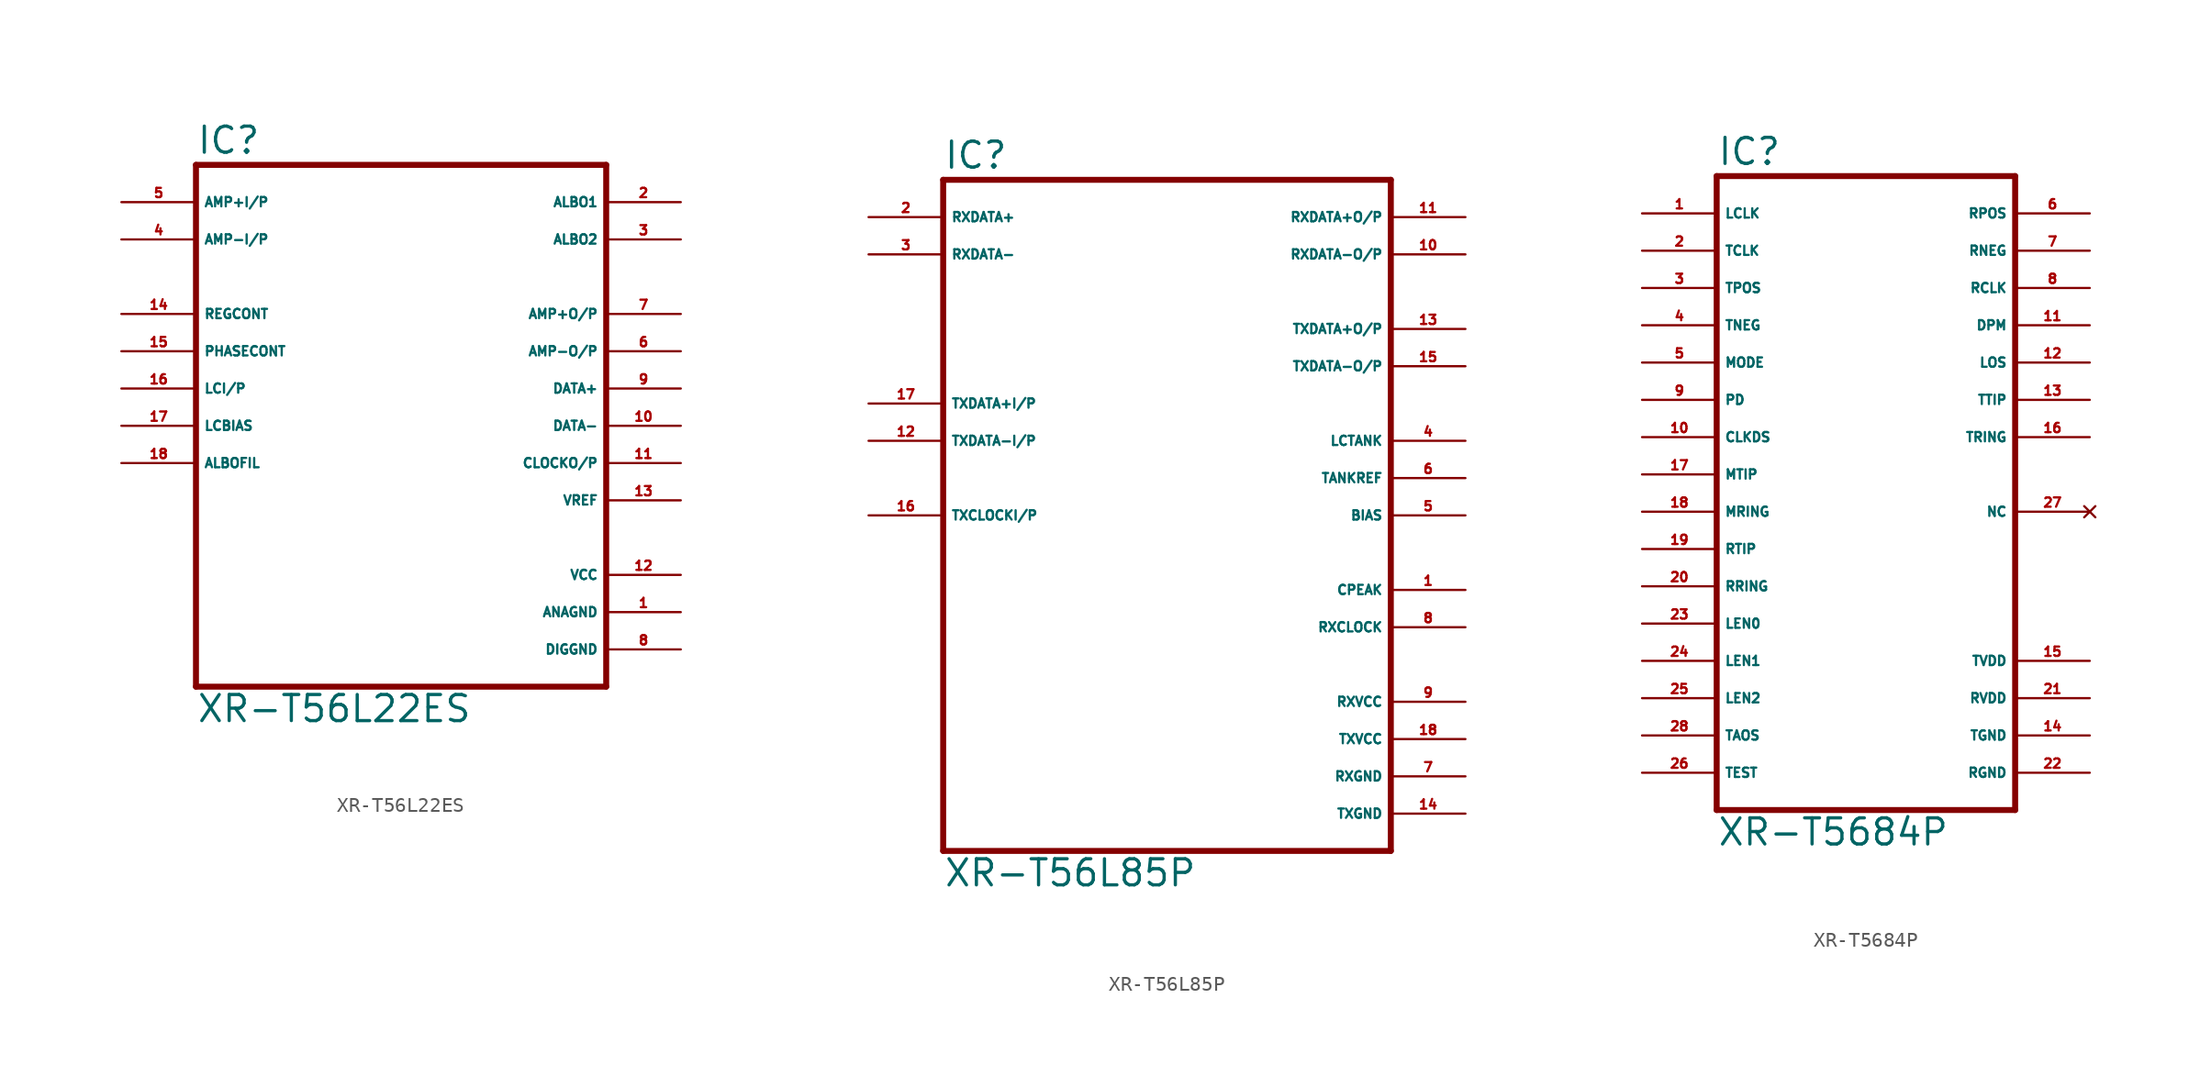
<source format=kicad_sym>
(kicad_symbol_lib
  (version 20220914)
  (generator Eagle2Kicad)
  (symbol "XR-T56L22ES"
    (property "Reference" "IC"
      (at -15.24 18.415 0)
      (effects (font (size 1.778 1.778) (thickness 0.22)) (justify left bottom)))
    (property "Value" "XR-T56L22ES"
      (at -15.24 -20.32 0)
      (effects (font (size 1.778 1.778) (thickness 0.22)) (justify left bottom)))
    (polyline
      (pts (xy -15.24 17.78) (xy 12.7 17.78))
      (stroke (width 0.406) (type default))
      (fill (type none)))
    (polyline
      (pts (xy 12.7 17.78) (xy 12.7 -17.78))
      (stroke (width 0.406) (type default))
      (fill (type none)))
    (polyline
      (pts (xy 12.7 -17.78) (xy -15.24 -17.78))
      (stroke (width 0.406) (type default))
      (fill (type none)))
    (polyline
      (pts (xy -15.24 -17.78) (xy -15.24 17.78))
      (stroke (width 0.406) (type default))
      (fill (type none)))
    (pin input line
      (at -20.32 15.24 0)
      (length 5.08)
      (name "AMP+I/P" (effects (font (size 0.635 0.635) (thickness 0.08)) (justify left bottom)))
      (number "5" (effects (font (size 0.635 0.635) (thickness 0.08)) (justify left bottom))))
    (pin input line
      (at -20.32 12.7 0)
      (length 5.08)
      (name "AMP-I/P" (effects (font (size 0.635 0.635) (thickness 0.08)) (justify left bottom)))
      (number "4" (effects (font (size 0.635 0.635) (thickness 0.08)) (justify left bottom))))
    (pin input line
      (at -20.32 7.62 0)
      (length 5.08)
      (name "REGCONT" (effects (font (size 0.635 0.635) (thickness 0.08)) (justify left bottom)))
      (number "14" (effects (font (size 0.635 0.635) (thickness 0.08)) (justify left bottom))))
    (pin input line
      (at -20.32 5.08 0)
      (length 5.08)
      (name "PHASECONT" (effects (font (size 0.635 0.635) (thickness 0.08)) (justify left bottom)))
      (number "15" (effects (font (size 0.635 0.635) (thickness 0.08)) (justify left bottom))))
    (pin input line
      (at -20.32 0 0)
      (length 5.08)
      (name "LCBIAS" (effects (font (size 0.635 0.635) (thickness 0.08)) (justify left bottom)))
      (number "17" (effects (font (size 0.635 0.635) (thickness 0.08)) (justify left bottom))))
    (pin input line
      (at -20.32 -2.54 0)
      (length 5.08)
      (name "ALBOFIL" (effects (font (size 0.635 0.635) (thickness 0.08)) (justify left bottom)))
      (number "18" (effects (font (size 0.635 0.635) (thickness 0.08)) (justify left bottom))))
    (pin input line
      (at -20.32 2.54 0)
      (length 5.08)
      (name "LCI/P" (effects (font (size 0.635 0.635) (thickness 0.08)) (justify left bottom)))
      (number "16" (effects (font (size 0.635 0.635) (thickness 0.08)) (justify left bottom))))
    (pin output line
      (at 17.78 15.24 180)
      (length 5.08)
      (name "ALBO1" (effects (font (size 0.635 0.635) (thickness 0.08)) (justify left bottom)))
      (number "2" (effects (font (size 0.635 0.635) (thickness 0.08)) (justify left bottom))))
    (pin output line
      (at 17.78 12.7 180)
      (length 5.08)
      (name "ALBO2" (effects (font (size 0.635 0.635) (thickness 0.08)) (justify left bottom)))
      (number "3" (effects (font (size 0.635 0.635) (thickness 0.08)) (justify left bottom))))
    (pin output line
      (at 17.78 7.62 180)
      (length 5.08)
      (name "AMP+O/P" (effects (font (size 0.635 0.635) (thickness 0.08)) (justify left bottom)))
      (number "7" (effects (font (size 0.635 0.635) (thickness 0.08)) (justify left bottom))))
    (pin output line
      (at 17.78 5.08 180)
      (length 5.08)
      (name "AMP-O/P" (effects (font (size 0.635 0.635) (thickness 0.08)) (justify left bottom)))
      (number "6" (effects (font (size 0.635 0.635) (thickness 0.08)) (justify left bottom))))
    (pin output line
      (at 17.78 2.54 180)
      (length 5.08)
      (name "DATA+" (effects (font (size 0.635 0.635) (thickness 0.08)) (justify left bottom)))
      (number "9" (effects (font (size 0.635 0.635) (thickness 0.08)) (justify left bottom))))
    (pin output line
      (at 17.78 0 180)
      (length 5.08)
      (name "DATA-" (effects (font (size 0.635 0.635) (thickness 0.08)) (justify left bottom)))
      (number "10" (effects (font (size 0.635 0.635) (thickness 0.08)) (justify left bottom))))
    (pin output line
      (at 17.78 -2.54 180)
      (length 5.08)
      (name "CLOCKO/P" (effects (font (size 0.635 0.635) (thickness 0.08)) (justify left bottom)))
      (number "11" (effects (font (size 0.635 0.635) (thickness 0.08)) (justify left bottom))))
    (pin output line
      (at 17.78 -5.08 180)
      (length 5.08)
      (name "VREF" (effects (font (size 0.635 0.635) (thickness 0.08)) (justify left bottom)))
      (number "13" (effects (font (size 0.635 0.635) (thickness 0.08)) (justify left bottom))))
    (pin unspecified line
      (at 17.78 -10.16 180)
      (length 5.08)
      (name "VCC" (effects (font (size 0.635 0.635) (thickness 0.08)) (justify left bottom)))
      (number "12" (effects (font (size 0.635 0.635) (thickness 0.08)) (justify left bottom))))
    (pin unspecified line
      (at 17.78 -12.7 180)
      (length 5.08)
      (name "ANAGND" (effects (font (size 0.635 0.635) (thickness 0.08)) (justify left bottom)))
      (number "1" (effects (font (size 0.635 0.635) (thickness 0.08)) (justify left bottom))))
    (pin unspecified line
      (at 17.78 -15.24 180)
      (length 5.08)
      (name "DIGGND" (effects (font (size 0.635 0.635) (thickness 0.08)) (justify left bottom)))
      (number "8" (effects (font (size 0.635 0.635) (thickness 0.08)) (justify left bottom)))))
  (symbol "XR-T56L85P"
    (property "Reference" "IC"
      (at -15.24 23.495 0)
      (effects (font (size 1.778 1.778) (thickness 0.22)) (justify left bottom)))
    (property "Value" "XR-T56L85P"
      (at -15.24 -25.4 0)
      (effects (font (size 1.778 1.778) (thickness 0.22)) (justify left bottom)))
    (polyline
      (pts (xy 15.24 -22.86) (xy -15.24 -22.86))
      (stroke (width 0.406) (type default))
      (fill (type none)))
    (polyline
      (pts (xy -15.24 -22.86) (xy -15.24 22.86))
      (stroke (width 0.406) (type default))
      (fill (type none)))
    (polyline
      (pts (xy -15.24 22.86) (xy 15.24 22.86))
      (stroke (width 0.406) (type default))
      (fill (type none)))
    (polyline
      (pts (xy 15.24 22.86) (xy 15.24 -22.86))
      (stroke (width 0.406) (type default))
      (fill (type none)))
    (pin input line
      (at -20.32 20.32 0)
      (length 5.08)
      (name "RXDATA+" (effects (font (size 0.635 0.635) (thickness 0.08)) (justify left bottom)))
      (number "2" (effects (font (size 0.635 0.635) (thickness 0.08)) (justify left bottom))))
    (pin input line
      (at -20.32 17.78 0)
      (length 5.08)
      (name "RXDATA-" (effects (font (size 0.635 0.635) (thickness 0.08)) (justify left bottom)))
      (number "3" (effects (font (size 0.635 0.635) (thickness 0.08)) (justify left bottom))))
    (pin input line
      (at -20.32 7.62 0)
      (length 5.08)
      (name "TXDATA+I/P" (effects (font (size 0.635 0.635) (thickness 0.08)) (justify left bottom)))
      (number "17" (effects (font (size 0.635 0.635) (thickness 0.08)) (justify left bottom))))
    (pin input line
      (at -20.32 5.08 0)
      (length 5.08)
      (name "TXDATA-I/P" (effects (font (size 0.635 0.635) (thickness 0.08)) (justify left bottom)))
      (number "12" (effects (font (size 0.635 0.635) (thickness 0.08)) (justify left bottom))))
    (pin input line
      (at -20.32 0 0)
      (length 5.08)
      (name "TXCLOCKI/P" (effects (font (size 0.635 0.635) (thickness 0.08)) (justify left bottom)))
      (number "16" (effects (font (size 0.635 0.635) (thickness 0.08)) (justify left bottom))))
    (pin output line
      (at 20.32 20.32 180)
      (length 5.08)
      (name "RXDATA+O/P" (effects (font (size 0.635 0.635) (thickness 0.08)) (justify left bottom)))
      (number "11" (effects (font (size 0.635 0.635) (thickness 0.08)) (justify left bottom))))
    (pin output line
      (at 20.32 17.78 180)
      (length 5.08)
      (name "RXDATA-O/P" (effects (font (size 0.635 0.635) (thickness 0.08)) (justify left bottom)))
      (number "10" (effects (font (size 0.635 0.635) (thickness 0.08)) (justify left bottom))))
    (pin output line
      (at 20.32 12.7 180)
      (length 5.08)
      (name "TXDATA+O/P" (effects (font (size 0.635 0.635) (thickness 0.08)) (justify left bottom)))
      (number "13" (effects (font (size 0.635 0.635) (thickness 0.08)) (justify left bottom))))
    (pin output line
      (at 20.32 10.16 180)
      (length 5.08)
      (name "TXDATA-O/P" (effects (font (size 0.635 0.635) (thickness 0.08)) (justify left bottom)))
      (number "15" (effects (font (size 0.635 0.635) (thickness 0.08)) (justify left bottom))))
    (pin output line
      (at 20.32 5.08 180)
      (length 5.08)
      (name "LCTANK" (effects (font (size 0.635 0.635) (thickness 0.08)) (justify left bottom)))
      (number "4" (effects (font (size 0.635 0.635) (thickness 0.08)) (justify left bottom))))
    (pin output line
      (at 20.32 2.54 180)
      (length 5.08)
      (name "TANKREF" (effects (font (size 0.635 0.635) (thickness 0.08)) (justify left bottom)))
      (number "6" (effects (font (size 0.635 0.635) (thickness 0.08)) (justify left bottom))))
    (pin output line
      (at 20.32 0 180)
      (length 5.08)
      (name "BIAS" (effects (font (size 0.635 0.635) (thickness 0.08)) (justify left bottom)))
      (number "5" (effects (font (size 0.635 0.635) (thickness 0.08)) (justify left bottom))))
    (pin output line
      (at 20.32 -5.08 180)
      (length 5.08)
      (name "CPEAK" (effects (font (size 0.635 0.635) (thickness 0.08)) (justify left bottom)))
      (number "1" (effects (font (size 0.635 0.635) (thickness 0.08)) (justify left bottom))))
    (pin output line
      (at 20.32 -7.62 180)
      (length 5.08)
      (name "RXCLOCK" (effects (font (size 0.635 0.635) (thickness 0.08)) (justify left bottom)))
      (number "8" (effects (font (size 0.635 0.635) (thickness 0.08)) (justify left bottom))))
    (pin unspecified line
      (at 20.32 -12.7 180)
      (length 5.08)
      (name "RXVCC" (effects (font (size 0.635 0.635) (thickness 0.08)) (justify left bottom)))
      (number "9" (effects (font (size 0.635 0.635) (thickness 0.08)) (justify left bottom))))
    (pin unspecified line
      (at 20.32 -15.24 180)
      (length 5.08)
      (name "TXVCC" (effects (font (size 0.635 0.635) (thickness 0.08)) (justify left bottom)))
      (number "18" (effects (font (size 0.635 0.635) (thickness 0.08)) (justify left bottom))))
    (pin unspecified line
      (at 20.32 -17.78 180)
      (length 5.08)
      (name "RXGND" (effects (font (size 0.635 0.635) (thickness 0.08)) (justify left bottom)))
      (number "7" (effects (font (size 0.635 0.635) (thickness 0.08)) (justify left bottom))))
    (pin unspecified line
      (at 20.32 -20.32 180)
      (length 5.08)
      (name "TXGND" (effects (font (size 0.635 0.635) (thickness 0.08)) (justify left bottom)))
      (number "14" (effects (font (size 0.635 0.635) (thickness 0.08)) (justify left bottom)))))
  (symbol "XR-T5684P"
    (property "Reference" "IC"
      (at -10.16 26.035 0)
      (effects (font (size 1.778 1.778) (thickness 0.22)) (justify left bottom)))
    (property "Value" "XR-T5684P"
      (at -10.16 -20.32 0)
      (effects (font (size 1.778 1.778) (thickness 0.22)) (justify left bottom)))
    (polyline
      (pts (xy -10.16 25.4) (xy 10.16 25.4))
      (stroke (width 0.406) (type default))
      (fill (type none)))
    (polyline
      (pts (xy 10.16 25.4) (xy 10.16 -17.78))
      (stroke (width 0.406) (type default))
      (fill (type none)))
    (polyline
      (pts (xy 10.16 -17.78) (xy -10.16 -17.78))
      (stroke (width 0.406) (type default))
      (fill (type none)))
    (polyline
      (pts (xy -10.16 -17.78) (xy -10.16 25.4))
      (stroke (width 0.406) (type default))
      (fill (type none)))
    (pin input line
      (at -15.24 22.86 0)
      (length 5.08)
      (name "LCLK" (effects (font (size 0.635 0.635) (thickness 0.08)) (justify left bottom)))
      (number "1" (effects (font (size 0.635 0.635) (thickness 0.08)) (justify left bottom))))
    (pin input line
      (at -15.24 20.32 0)
      (length 5.08)
      (name "TCLK" (effects (font (size 0.635 0.635) (thickness 0.08)) (justify left bottom)))
      (number "2" (effects (font (size 0.635 0.635) (thickness 0.08)) (justify left bottom))))
    (pin input line
      (at -15.24 17.78 0)
      (length 5.08)
      (name "TPOS" (effects (font (size 0.635 0.635) (thickness 0.08)) (justify left bottom)))
      (number "3" (effects (font (size 0.635 0.635) (thickness 0.08)) (justify left bottom))))
    (pin input line
      (at -15.24 15.24 0)
      (length 5.08)
      (name "TNEG" (effects (font (size 0.635 0.635) (thickness 0.08)) (justify left bottom)))
      (number "4" (effects (font (size 0.635 0.635) (thickness 0.08)) (justify left bottom))))
    (pin input line
      (at -15.24 12.7 0)
      (length 5.08)
      (name "MODE" (effects (font (size 0.635 0.635) (thickness 0.08)) (justify left bottom)))
      (number "5" (effects (font (size 0.635 0.635) (thickness 0.08)) (justify left bottom))))
    (pin input line
      (at -15.24 10.16 0)
      (length 5.08)
      (name "PD" (effects (font (size 0.635 0.635) (thickness 0.08)) (justify left bottom)))
      (number "9" (effects (font (size 0.635 0.635) (thickness 0.08)) (justify left bottom))))
    (pin input line
      (at -15.24 7.62 0)
      (length 5.08)
      (name "CLKDS" (effects (font (size 0.635 0.635) (thickness 0.08)) (justify left bottom)))
      (number "10" (effects (font (size 0.635 0.635) (thickness 0.08)) (justify left bottom))))
    (pin input line
      (at -15.24 5.08 0)
      (length 5.08)
      (name "MTIP" (effects (font (size 0.635 0.635) (thickness 0.08)) (justify left bottom)))
      (number "17" (effects (font (size 0.635 0.635) (thickness 0.08)) (justify left bottom))))
    (pin input line
      (at -15.24 2.54 0)
      (length 5.08)
      (name "MRING" (effects (font (size 0.635 0.635) (thickness 0.08)) (justify left bottom)))
      (number "18" (effects (font (size 0.635 0.635) (thickness 0.08)) (justify left bottom))))
    (pin input line
      (at -15.24 0 0)
      (length 5.08)
      (name "RTIP" (effects (font (size 0.635 0.635) (thickness 0.08)) (justify left bottom)))
      (number "19" (effects (font (size 0.635 0.635) (thickness 0.08)) (justify left bottom))))
    (pin input line
      (at -15.24 -2.54 0)
      (length 5.08)
      (name "RRING" (effects (font (size 0.635 0.635) (thickness 0.08)) (justify left bottom)))
      (number "20" (effects (font (size 0.635 0.635) (thickness 0.08)) (justify left bottom))))
    (pin input line
      (at -15.24 -5.08 0)
      (length 5.08)
      (name "LEN0" (effects (font (size 0.635 0.635) (thickness 0.08)) (justify left bottom)))
      (number "23" (effects (font (size 0.635 0.635) (thickness 0.08)) (justify left bottom))))
    (pin input line
      (at -15.24 -7.62 0)
      (length 5.08)
      (name "LEN1" (effects (font (size 0.635 0.635) (thickness 0.08)) (justify left bottom)))
      (number "24" (effects (font (size 0.635 0.635) (thickness 0.08)) (justify left bottom))))
    (pin input line
      (at -15.24 -10.16 0)
      (length 5.08)
      (name "LEN2" (effects (font (size 0.635 0.635) (thickness 0.08)) (justify left bottom)))
      (number "25" (effects (font (size 0.635 0.635) (thickness 0.08)) (justify left bottom))))
    (pin input line
      (at -15.24 -12.7 0)
      (length 5.08)
      (name "TAOS" (effects (font (size 0.635 0.635) (thickness 0.08)) (justify left bottom)))
      (number "28" (effects (font (size 0.635 0.635) (thickness 0.08)) (justify left bottom))))
    (pin input line
      (at -15.24 -15.24 0)
      (length 5.08)
      (name "TEST" (effects (font (size 0.635 0.635) (thickness 0.08)) (justify left bottom)))
      (number "26" (effects (font (size 0.635 0.635) (thickness 0.08)) (justify left bottom))))
    (pin output line
      (at 15.24 22.86 180)
      (length 5.08)
      (name "RPOS" (effects (font (size 0.635 0.635) (thickness 0.08)) (justify left bottom)))
      (number "6" (effects (font (size 0.635 0.635) (thickness 0.08)) (justify left bottom))))
    (pin output line
      (at 15.24 20.32 180)
      (length 5.08)
      (name "RNEG" (effects (font (size 0.635 0.635) (thickness 0.08)) (justify left bottom)))
      (number "7" (effects (font (size 0.635 0.635) (thickness 0.08)) (justify left bottom))))
    (pin output line
      (at 15.24 17.78 180)
      (length 5.08)
      (name "RCLK" (effects (font (size 0.635 0.635) (thickness 0.08)) (justify left bottom)))
      (number "8" (effects (font (size 0.635 0.635) (thickness 0.08)) (justify left bottom))))
    (pin output line
      (at 15.24 15.24 180)
      (length 5.08)
      (name "DPM" (effects (font (size 0.635 0.635) (thickness 0.08)) (justify left bottom)))
      (number "11" (effects (font (size 0.635 0.635) (thickness 0.08)) (justify left bottom))))
    (pin output line
      (at 15.24 12.7 180)
      (length 5.08)
      (name "LOS" (effects (font (size 0.635 0.635) (thickness 0.08)) (justify left bottom)))
      (number "12" (effects (font (size 0.635 0.635) (thickness 0.08)) (justify left bottom))))
    (pin output line
      (at 15.24 10.16 180)
      (length 5.08)
      (name "TTIP" (effects (font (size 0.635 0.635) (thickness 0.08)) (justify left bottom)))
      (number "13" (effects (font (size 0.635 0.635) (thickness 0.08)) (justify left bottom))))
    (pin output line
      (at 15.24 7.62 180)
      (length 5.08)
      (name "TRING" (effects (font (size 0.635 0.635) (thickness 0.08)) (justify left bottom)))
      (number "16" (effects (font (size 0.635 0.635) (thickness 0.08)) (justify left bottom))))
    (pin no_connect line
      (at 15.24 2.54 180)
      (length 5.08)
      (name "NC" (effects (font (size 0.635 0.635) (thickness 0.08)) (justify left bottom) hide))
      (number "27" (effects (font (size 0.635 0.635) (thickness 0.08)) (justify left bottom) hide)))
    (pin unspecified line
      (at 15.24 -15.24 180)
      (length 5.08)
      (name "RGND" (effects (font (size 0.635 0.635) (thickness 0.08)) (justify left bottom)))
      (number "22" (effects (font (size 0.635 0.635) (thickness 0.08)) (justify left bottom))))
    (pin unspecified line
      (at 15.24 -12.7 180)
      (length 5.08)
      (name "TGND" (effects (font (size 0.635 0.635) (thickness 0.08)) (justify left bottom)))
      (number "14" (effects (font (size 0.635 0.635) (thickness 0.08)) (justify left bottom))))
    (pin unspecified line
      (at 15.24 -10.16 180)
      (length 5.08)
      (name "RVDD" (effects (font (size 0.635 0.635) (thickness 0.08)) (justify left bottom)))
      (number "21" (effects (font (size 0.635 0.635) (thickness 0.08)) (justify left bottom))))
    (pin unspecified line
      (at 15.24 -7.62 180)
      (length 5.08)
      (name "TVDD" (effects (font (size 0.635 0.635) (thickness 0.08)) (justify left bottom)))
      (number "15" (effects (font (size 0.635 0.635) (thickness 0.08)) (justify left bottom))))))
</source>
